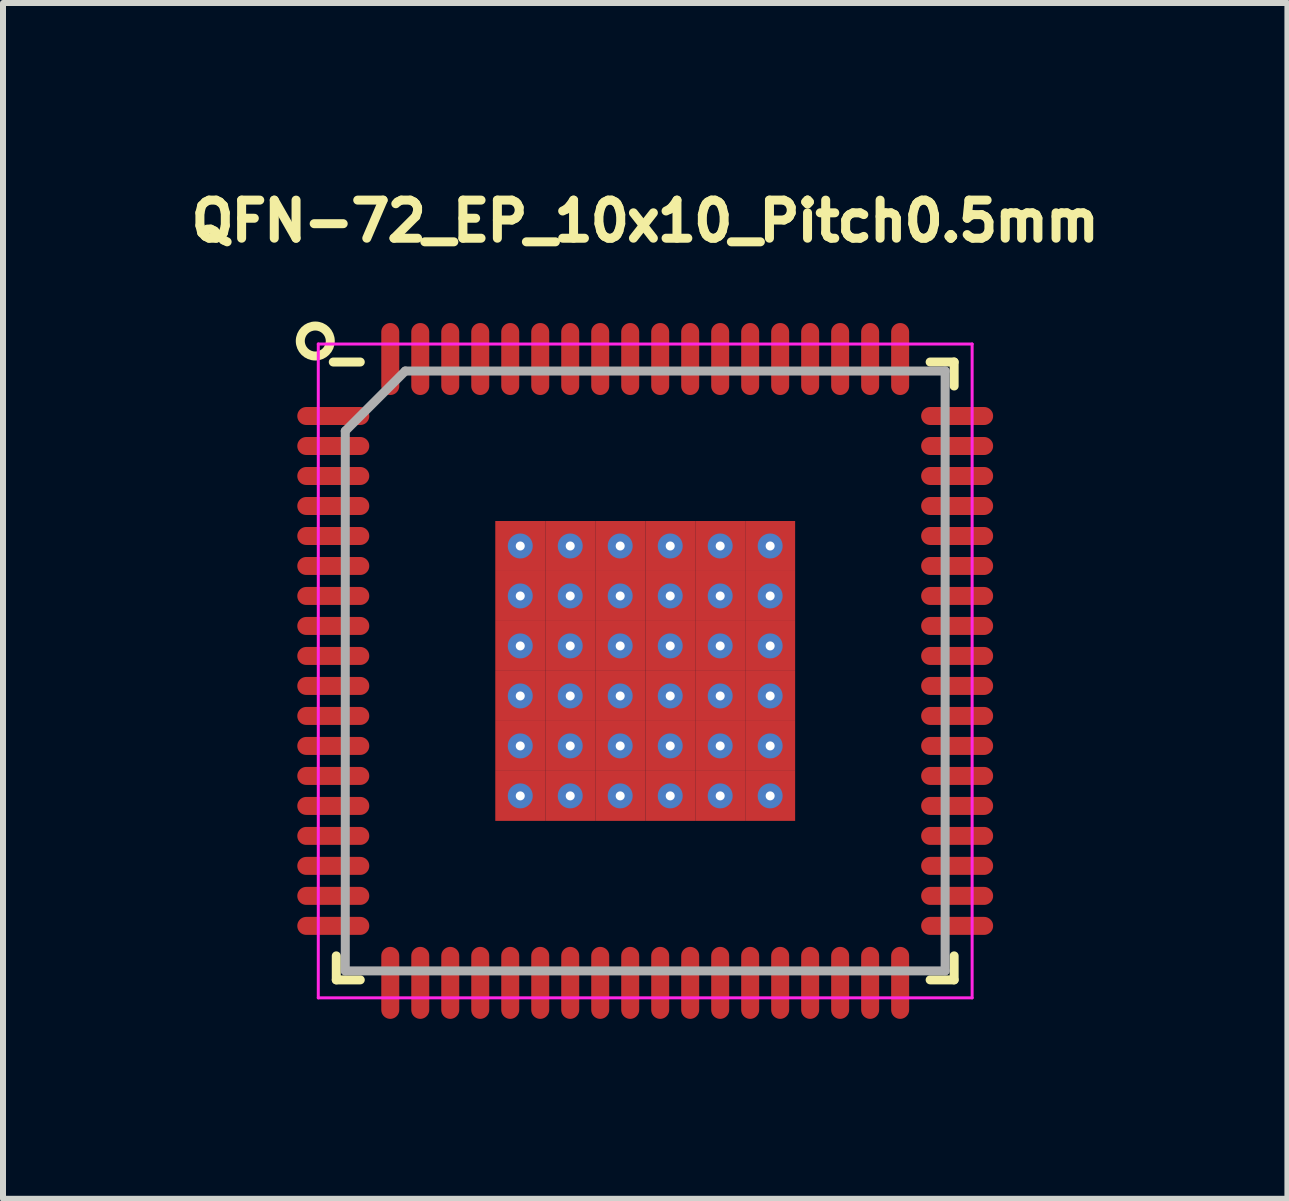
<source format=kicad_pcb>
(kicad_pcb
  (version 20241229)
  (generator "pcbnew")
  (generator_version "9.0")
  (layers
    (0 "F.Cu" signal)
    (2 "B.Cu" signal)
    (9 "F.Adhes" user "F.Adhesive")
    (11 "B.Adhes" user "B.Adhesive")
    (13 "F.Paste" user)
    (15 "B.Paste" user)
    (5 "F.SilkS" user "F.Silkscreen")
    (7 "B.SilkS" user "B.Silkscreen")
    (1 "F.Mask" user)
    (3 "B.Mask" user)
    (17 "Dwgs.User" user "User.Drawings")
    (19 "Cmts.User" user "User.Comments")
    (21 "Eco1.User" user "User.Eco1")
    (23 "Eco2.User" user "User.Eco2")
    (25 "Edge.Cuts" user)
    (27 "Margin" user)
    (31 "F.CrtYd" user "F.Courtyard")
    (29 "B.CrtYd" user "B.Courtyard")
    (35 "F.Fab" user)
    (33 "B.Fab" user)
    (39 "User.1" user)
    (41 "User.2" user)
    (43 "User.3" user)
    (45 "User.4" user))
  (footprint "QFN-72_EP_10x10_Pitch0.5mm"
    (layer "F.Cu")
    (at 7.706 8.135)
    (property "Reference" "QFN-72_EP_10x10_Pitch0.5mm" (at 0 -7.5 0) (layer "F.SilkS") (effects (font (size 0.635 0.635) (thickness 0.15))))
    (attr smd)
    (fp_line (start -5.15 5.15) (end -5.15 4.75) (stroke (width 0.15) (type solid)) (layer "F.SilkS"))
    (fp_line (start -4.75 -5.15) (end -5.2 -5.15) (stroke (width 0.15) (type solid)) (layer "F.SilkS"))
    (fp_line (start -4.75 5.15) (end -5.15 5.15) (stroke (width 0.15) (type solid)) (layer "F.SilkS"))
    (fp_line (start 4.75 -5.15) (end 5.15 -5.15) (stroke (width 0.15) (type solid)) (layer "F.SilkS"))
    (fp_line (start 4.75 5.15) (end 5.15 5.15) (stroke (width 0.15) (type solid)) (layer "F.SilkS"))
    (fp_line (start 5.15 -5.15) (end 5.15 -4.75) (stroke (width 0.15) (type solid)) (layer "F.SilkS"))
    (fp_line (start 5.15 5.15) (end 5.15 4.75) (stroke (width 0.15) (type solid)) (layer "F.SilkS"))
    (fp_circle (center -5.5 -5.5) (end -5.75 -5.5) (stroke (width 0.15) (type solid)) (fill no) (layer "F.SilkS"))
    (fp_line (start -5.45 -5.45) (end 5.45 -5.45) (stroke (width 0.05) (type solid)) (layer "F.CrtYd"))
    (fp_line (start -5.45 5.45) (end -5.45 -5.45) (stroke (width 0.05) (type solid)) (layer "F.CrtYd"))
    (fp_line (start 5.45 -5.45) (end 5.45 5.45) (stroke (width 0.05) (type solid)) (layer "F.CrtYd"))
    (fp_line (start 5.45 5.45) (end -5.45 5.45) (stroke (width 0.05) (type solid)) (layer "F.CrtYd"))
    (fp_line (start -5 -4) (end -5 5) (stroke (width 0.15) (type solid)) (layer "F.Fab"))
    (fp_line (start -5 5) (end 5 5) (stroke (width 0.15) (type solid)) (layer "F.Fab"))
    (fp_line (start -4 -5) (end -5 -4) (stroke (width 0.15) (type solid)) (layer "F.Fab"))
    (fp_line (start 5 -5) (end -4 -5) (stroke (width 0.15) (type solid)) (layer "F.Fab"))
    (fp_line (start 5 5) (end 5 -5) (stroke (width 0.15) (type solid)) (layer "F.Fab"))
    (pad "1" smd oval (at -5.2 -4.25 90) (size 0.3 1.2) (layers "F.Cu" "F.Mask" "F.Paste"))
    (pad "2" smd oval (at -5.2 -3.75 90) (size 0.3 1.2) (layers "F.Cu" "F.Mask" "F.Paste"))
    (pad "3" smd oval (at -5.2 -3.25 90) (size 0.3 1.2) (layers "F.Cu" "F.Mask" "F.Paste"))
    (pad "4" smd oval (at -5.2 -2.75 90) (size 0.3 1.2) (layers "F.Cu" "F.Mask" "F.Paste"))
    (pad "5" smd oval (at -5.2 -2.25 90) (size 0.3 1.2) (layers "F.Cu" "F.Mask" "F.Paste"))
    (pad "6" smd oval (at -5.2 -1.75 90) (size 0.3 1.2) (layers "F.Cu" "F.Mask" "F.Paste"))
    (pad "7" smd oval (at -5.2 -1.25 90) (size 0.3 1.2) (layers "F.Cu" "F.Mask" "F.Paste"))
    (pad "8" smd oval (at -5.2 -0.75 90) (size 0.3 1.2) (layers "F.Cu" "F.Mask" "F.Paste"))
    (pad "9" smd oval (at -5.2 -0.25 90) (size 0.3 1.2) (layers "F.Cu" "F.Mask" "F.Paste"))
    (pad "10" smd oval (at -5.2 0.25 90) (size 0.3 1.2) (layers "F.Cu" "F.Mask" "F.Paste"))
    (pad "11" smd oval (at -5.2 0.75 90) (size 0.3 1.2) (layers "F.Cu" "F.Mask" "F.Paste"))
    (pad "12" smd oval (at -5.2 1.25 90) (size 0.3 1.2) (layers "F.Cu" "F.Mask" "F.Paste"))
    (pad "13" smd oval (at -5.2 1.75 90) (size 0.3 1.2) (layers "F.Cu" "F.Mask" "F.Paste"))
    (pad "14" smd oval (at -5.2 2.25 90) (size 0.3 1.2) (layers "F.Cu" "F.Mask" "F.Paste"))
    (pad "15" smd oval (at -5.2 2.75 90) (size 0.3 1.2) (layers "F.Cu" "F.Mask" "F.Paste"))
    (pad "16" smd oval (at -5.2 3.25 90) (size 0.3 1.2) (layers "F.Cu" "F.Mask" "F.Paste"))
    (pad "17" smd oval (at -5.2 3.75 90) (size 0.3 1.2) (layers "F.Cu" "F.Mask" "F.Paste"))
    (pad "18" smd oval (at -5.2 4.25 90) (size 0.3 1.2) (layers "F.Cu" "F.Mask" "F.Paste"))
    (pad "19" smd oval (at -4.25 5.2) (size 0.3 1.2) (layers "F.Cu" "F.Mask" "F.Paste"))
    (pad "20" smd oval (at -3.75 5.2) (size 0.3 1.2) (layers "F.Cu" "F.Mask" "F.Paste"))
    (pad "21" smd oval (at -3.25 5.2) (size 0.3 1.2) (layers "F.Cu" "F.Mask" "F.Paste"))
    (pad "22" smd oval (at -2.75 5.2) (size 0.3 1.2) (layers "F.Cu" "F.Mask" "F.Paste"))
    (pad "23" smd oval (at -2.25 5.2) (size 0.3 1.2) (layers "F.Cu" "F.Mask" "F.Paste"))
    (pad "24" smd oval (at -1.75 5.2) (size 0.3 1.2) (layers "F.Cu" "F.Mask" "F.Paste"))
    (pad "25" smd oval (at -1.25 5.2) (size 0.3 1.2) (layers "F.Cu" "F.Mask" "F.Paste"))
    (pad "26" smd oval (at -0.75 5.2) (size 0.3 1.2) (layers "F.Cu" "F.Mask" "F.Paste"))
    (pad "27" smd oval (at -0.25 5.2) (size 0.3 1.2) (layers "F.Cu" "F.Mask" "F.Paste"))
    (pad "28" smd oval (at 0.25 5.2) (size 0.3 1.2) (layers "F.Cu" "F.Mask" "F.Paste"))
    (pad "29" smd oval (at 0.75 5.2) (size 0.3 1.2) (layers "F.Cu" "F.Mask" "F.Paste"))
    (pad "30" smd oval (at 1.25 5.2) (size 0.3 1.2) (layers "F.Cu" "F.Mask" "F.Paste"))
    (pad "31" smd oval (at 1.75 5.2) (size 0.3 1.2) (layers "F.Cu" "F.Mask" "F.Paste"))
    (pad "32" smd oval (at 2.25 5.2) (size 0.3 1.2) (layers "F.Cu" "F.Mask" "F.Paste"))
    (pad "33" smd oval (at 2.75 5.2) (size 0.3 1.2) (layers "F.Cu" "F.Mask" "F.Paste"))
    (pad "34" smd oval (at 3.25 5.2) (size 0.3 1.2) (layers "F.Cu" "F.Mask" "F.Paste"))
    (pad "35" smd oval (at 3.75 5.2) (size 0.3 1.2) (layers "F.Cu" "F.Mask" "F.Paste"))
    (pad "36" smd oval (at 4.25 5.2) (size 0.3 1.2) (layers "F.Cu" "F.Mask" "F.Paste"))
    (pad "37" smd oval (at 5.2 4.25 90) (size 0.3 1.2) (layers "F.Cu" "F.Mask" "F.Paste"))
    (pad "38" smd oval (at 5.2 3.75 90) (size 0.3 1.2) (layers "F.Cu" "F.Mask" "F.Paste"))
    (pad "39" smd oval (at 5.2 3.25 90) (size 0.3 1.2) (layers "F.Cu" "F.Mask" "F.Paste"))
    (pad "40" smd oval (at 5.2 2.75 90) (size 0.3 1.2) (layers "F.Cu" "F.Mask" "F.Paste"))
    (pad "41" smd oval (at 5.2 2.25 90) (size 0.3 1.2) (layers "F.Cu" "F.Mask" "F.Paste"))
    (pad "42" smd oval (at 5.2 1.75 90) (size 0.3 1.2) (layers "F.Cu" "F.Mask" "F.Paste"))
    (pad "43" smd oval (at 5.2 1.25 90) (size 0.3 1.2) (layers "F.Cu" "F.Mask" "F.Paste"))
    (pad "44" smd oval (at 5.2 0.75 90) (size 0.3 1.2) (layers "F.Cu" "F.Mask" "F.Paste"))
    (pad "45" smd oval (at 5.2 0.25 90) (size 0.3 1.2) (layers "F.Cu" "F.Mask" "F.Paste"))
    (pad "46" smd oval (at 5.2 -0.25 90) (size 0.3 1.2) (layers "F.Cu" "F.Mask" "F.Paste"))
    (pad "47" smd oval (at 5.2 -0.75 90) (size 0.3 1.2) (layers "F.Cu" "F.Mask" "F.Paste"))
    (pad "48" smd oval (at 5.2 -1.25 90) (size 0.3 1.2) (layers "F.Cu" "F.Mask" "F.Paste"))
    (pad "49" smd oval (at 5.2 -1.75 90) (size 0.3 1.2) (layers "F.Cu" "F.Mask" "F.Paste"))
    (pad "50" smd oval (at 5.2 -2.25 90) (size 0.3 1.2) (layers "F.Cu" "F.Mask" "F.Paste"))
    (pad "51" smd oval (at 5.2 -2.75 90) (size 0.3 1.2) (layers "F.Cu" "F.Mask" "F.Paste"))
    (pad "52" smd oval (at 5.2 -3.25 90) (size 0.3 1.2) (layers "F.Cu" "F.Mask" "F.Paste"))
    (pad "53" smd oval (at 5.2 -3.75 90) (size 0.3 1.2) (layers "F.Cu" "F.Mask" "F.Paste"))
    (pad "54" smd oval (at 5.2 -4.25 90) (size 0.3 1.2) (layers "F.Cu" "F.Mask" "F.Paste"))
    (pad "55" smd oval (at 4.25 -5.2) (size 0.3 1.2) (layers "F.Cu" "F.Mask" "F.Paste"))
    (pad "56" smd oval (at 3.75 -5.2) (size 0.3 1.2) (layers "F.Cu" "F.Mask" "F.Paste"))
    (pad "57" smd oval (at 3.25 -5.2) (size 0.3 1.2) (layers "F.Cu" "F.Mask" "F.Paste"))
    (pad "58" smd oval (at 2.75 -5.2) (size 0.3 1.2) (layers "F.Cu" "F.Mask" "F.Paste"))
    (pad "59" smd oval (at 2.25 -5.2) (size 0.3 1.2) (layers "F.Cu" "F.Mask" "F.Paste"))
    (pad "60" smd oval (at 1.75 -5.2) (size 0.3 1.2) (layers "F.Cu" "F.Mask" "F.Paste"))
    (pad "61" smd oval (at 1.25 -5.2) (size 0.3 1.2) (layers "F.Cu" "F.Mask" "F.Paste"))
    (pad "62" smd oval (at 0.75 -5.2) (size 0.3 1.2) (layers "F.Cu" "F.Mask" "F.Paste"))
    (pad "63" smd oval (at 0.25 -5.2) (size 0.3 1.2) (layers "F.Cu" "F.Mask" "F.Paste"))
    (pad "64" smd oval (at -0.25 -5.2) (size 0.3 1.2) (layers "F.Cu" "F.Mask" "F.Paste"))
    (pad "65" smd oval (at -0.75 -5.2) (size 0.3 1.2) (layers "F.Cu" "F.Mask" "F.Paste"))
    (pad "66" smd oval (at -1.25 -5.2) (size 0.3 1.2) (layers "F.Cu" "F.Mask" "F.Paste"))
    (pad "67" smd oval (at -1.75 -5.2) (size 0.3 1.2) (layers "F.Cu" "F.Mask" "F.Paste"))
    (pad "68" smd oval (at -2.25 -5.2) (size 0.3 1.2) (layers "F.Cu" "F.Mask" "F.Paste"))
    (pad "69" smd oval (at -2.75 -5.2) (size 0.3 1.2) (layers "F.Cu" "F.Mask" "F.Paste"))
    (pad "70" smd oval (at -3.25 -5.2) (size 0.3 1.2) (layers "F.Cu" "F.Mask" "F.Paste"))
    (pad "71" smd oval (at -3.75 -5.2) (size 0.3 1.2) (layers "F.Cu" "F.Mask" "F.Paste"))
    (pad "72" smd oval (at -4.25 -5.2) (size 0.3 1.2) (layers "F.Cu" "F.Mask" "F.Paste"))
    (pad "73" thru_hole circle (at -2.083 -2.083) (size 0.417 0.417) (drill 0.15) (layers "*.Cu" "*.Mask"))
    (pad "73" smd rect (at -2.083 -2.083) (size 0.833 0.833) (layers "F.Cu" "F.Mask" "F.Paste"))
    (pad "73" thru_hole circle (at -2.083 -1.25) (size 0.417 0.417) (drill 0.15) (layers "*.Cu" "*.Mask"))
    (pad "73" smd rect (at -2.083 -1.25) (size 0.833 0.833) (layers "F.Cu" "F.Mask" "F.Paste"))
    (pad "73" thru_hole circle (at -2.083 -0.417) (size 0.417 0.417) (drill 0.15) (layers "*.Cu" "*.Mask"))
    (pad "73" smd rect (at -2.083 -0.417) (size 0.833 0.833) (layers "F.Cu" "F.Mask" "F.Paste"))
    (pad "73" thru_hole circle (at -2.083 0.417) (size 0.417 0.417) (drill 0.15) (layers "*.Cu" "*.Mask"))
    (pad "73" smd rect (at -2.083 0.417) (size 0.833 0.833) (layers "F.Cu" "F.Mask" "F.Paste"))
    (pad "73" thru_hole circle (at -2.083 1.25) (size 0.417 0.417) (drill 0.15) (layers "*.Cu" "*.Mask"))
    (pad "73" smd rect (at -2.083 1.25) (size 0.833 0.833) (layers "F.Cu" "F.Mask" "F.Paste"))
    (pad "73" thru_hole circle (at -2.083 2.083) (size 0.417 0.417) (drill 0.15) (layers "*.Cu" "*.Mask"))
    (pad "73" smd rect (at -2.083 2.083) (size 0.833 0.833) (layers "F.Cu" "F.Mask" "F.Paste"))
    (pad "73" thru_hole circle (at -1.25 -2.083) (size 0.417 0.417) (drill 0.15) (layers "*.Cu" "*.Mask"))
    (pad "73" smd rect (at -1.25 -2.083) (size 0.833 0.833) (layers "F.Cu" "F.Mask" "F.Paste"))
    (pad "73" thru_hole circle (at -1.25 -1.25) (size 0.417 0.417) (drill 0.15) (layers "*.Cu" "*.Mask"))
    (pad "73" smd rect (at -1.25 -1.25) (size 0.833 0.833) (layers "F.Cu" "F.Mask" "F.Paste"))
    (pad "73" thru_hole circle (at -1.25 -0.417) (size 0.417 0.417) (drill 0.15) (layers "*.Cu" "*.Mask"))
    (pad "73" smd rect (at -1.25 -0.417) (size 0.833 0.833) (layers "F.Cu" "F.Mask" "F.Paste"))
    (pad "73" thru_hole circle (at -1.25 0.417) (size 0.417 0.417) (drill 0.15) (layers "*.Cu" "*.Mask"))
    (pad "73" smd rect (at -1.25 0.417) (size 0.833 0.833) (layers "F.Cu" "F.Mask" "F.Paste"))
    (pad "73" thru_hole circle (at -1.25 1.25) (size 0.417 0.417) (drill 0.15) (layers "*.Cu" "*.Mask"))
    (pad "73" smd rect (at -1.25 1.25) (size 0.833 0.833) (layers "F.Cu" "F.Mask" "F.Paste"))
    (pad "73" thru_hole circle (at -1.25 2.083) (size 0.417 0.417) (drill 0.15) (layers "*.Cu" "*.Mask"))
    (pad "73" smd rect (at -1.25 2.083) (size 0.833 0.833) (layers "F.Cu" "F.Mask" "F.Paste"))
    (pad "73" thru_hole circle (at -0.417 -2.083) (size 0.417 0.417) (drill 0.15) (layers "*.Cu" "*.Mask"))
    (pad "73" smd rect (at -0.417 -2.083) (size 0.833 0.833) (layers "F.Cu" "F.Mask" "F.Paste"))
    (pad "73" thru_hole circle (at -0.417 -1.25) (size 0.417 0.417) (drill 0.15) (layers "*.Cu" "*.Mask"))
    (pad "73" smd rect (at -0.417 -1.25) (size 0.833 0.833) (layers "F.Cu" "F.Mask" "F.Paste"))
    (pad "73" thru_hole circle (at -0.417 -0.417) (size 0.417 0.417) (drill 0.15) (layers "*.Cu" "*.Mask"))
    (pad "73" smd rect (at -0.417 -0.417) (size 0.833 0.833) (layers "F.Cu" "F.Mask" "F.Paste"))
    (pad "73" thru_hole circle (at -0.417 0.417) (size 0.417 0.417) (drill 0.15) (layers "*.Cu" "*.Mask"))
    (pad "73" smd rect (at -0.417 0.417) (size 0.833 0.833) (layers "F.Cu" "F.Mask" "F.Paste"))
    (pad "73" thru_hole circle (at -0.417 1.25) (size 0.417 0.417) (drill 0.15) (layers "*.Cu" "*.Mask"))
    (pad "73" smd rect (at -0.417 1.25) (size 0.833 0.833) (layers "F.Cu" "F.Mask" "F.Paste"))
    (pad "73" thru_hole circle (at -0.417 2.083) (size 0.417 0.417) (drill 0.15) (layers "*.Cu" "*.Mask"))
    (pad "73" smd rect (at -0.417 2.083) (size 0.833 0.833) (layers "F.Cu" "F.Mask" "F.Paste"))
    (pad "73" thru_hole circle (at 0.417 -2.083) (size 0.417 0.417) (drill 0.15) (layers "*.Cu" "*.Mask"))
    (pad "73" smd rect (at 0.417 -2.083) (size 0.833 0.833) (layers "F.Cu" "F.Mask" "F.Paste"))
    (pad "73" thru_hole circle (at 0.417 -1.25) (size 0.417 0.417) (drill 0.15) (layers "*.Cu" "*.Mask"))
    (pad "73" smd rect (at 0.417 -1.25) (size 0.833 0.833) (layers "F.Cu" "F.Mask" "F.Paste"))
    (pad "73" thru_hole circle (at 0.417 -0.417) (size 0.417 0.417) (drill 0.15) (layers "*.Cu" "*.Mask"))
    (pad "73" smd rect (at 0.417 -0.417) (size 0.833 0.833) (layers "F.Cu" "F.Mask" "F.Paste"))
    (pad "73" thru_hole circle (at 0.417 0.417) (size 0.417 0.417) (drill 0.15) (layers "*.Cu" "*.Mask"))
    (pad "73" smd rect (at 0.417 0.417) (size 0.833 0.833) (layers "F.Cu" "F.Mask" "F.Paste"))
    (pad "73" thru_hole circle (at 0.417 1.25) (size 0.417 0.417) (drill 0.15) (layers "*.Cu" "*.Mask"))
    (pad "73" smd rect (at 0.417 1.25) (size 0.833 0.833) (layers "F.Cu" "F.Mask" "F.Paste"))
    (pad "73" thru_hole circle (at 0.417 2.083) (size 0.417 0.417) (drill 0.15) (layers "*.Cu" "*.Mask"))
    (pad "73" smd rect (at 0.417 2.083) (size 0.833 0.833) (layers "F.Cu" "F.Mask" "F.Paste"))
    (pad "73" thru_hole circle (at 1.25 -2.083) (size 0.417 0.417) (drill 0.15) (layers "*.Cu" "*.Mask"))
    (pad "73" smd rect (at 1.25 -2.083) (size 0.833 0.833) (layers "F.Cu" "F.Mask" "F.Paste"))
    (pad "73" thru_hole circle (at 1.25 -1.25) (size 0.417 0.417) (drill 0.15) (layers "*.Cu" "*.Mask"))
    (pad "73" smd rect (at 1.25 -1.25) (size 0.833 0.833) (layers "F.Cu" "F.Mask" "F.Paste"))
    (pad "73" thru_hole circle (at 1.25 -0.417) (size 0.417 0.417) (drill 0.15) (layers "*.Cu" "*.Mask"))
    (pad "73" smd rect (at 1.25 -0.417) (size 0.833 0.833) (layers "F.Cu" "F.Mask" "F.Paste"))
    (pad "73" thru_hole circle (at 1.25 0.417) (size 0.417 0.417) (drill 0.15) (layers "*.Cu" "*.Mask"))
    (pad "73" smd rect (at 1.25 0.417) (size 0.833 0.833) (layers "F.Cu" "F.Mask" "F.Paste"))
    (pad "73" thru_hole circle (at 1.25 1.25) (size 0.417 0.417) (drill 0.15) (layers "*.Cu" "*.Mask"))
    (pad "73" smd rect (at 1.25 1.25) (size 0.833 0.833) (layers "F.Cu" "F.Mask" "F.Paste"))
    (pad "73" thru_hole circle (at 1.25 2.083) (size 0.417 0.417) (drill 0.15) (layers "*.Cu" "*.Mask"))
    (pad "73" smd rect (at 1.25 2.083) (size 0.833 0.833) (layers "F.Cu" "F.Mask" "F.Paste"))
    (pad "73" thru_hole circle (at 2.083 -2.083) (size 0.417 0.417) (drill 0.15) (layers "*.Cu" "*.Mask"))
    (pad "73" smd rect (at 2.083 -2.083) (size 0.833 0.833) (layers "F.Cu" "F.Mask" "F.Paste"))
    (pad "73" thru_hole circle (at 2.083 -1.25) (size 0.417 0.417) (drill 0.15) (layers "*.Cu" "*.Mask"))
    (pad "73" smd rect (at 2.083 -1.25) (size 0.833 0.833) (layers "F.Cu" "F.Mask" "F.Paste"))
    (pad "73" thru_hole circle (at 2.083 -0.417) (size 0.417 0.417) (drill 0.15) (layers "*.Cu" "*.Mask"))
    (pad "73" smd rect (at 2.083 -0.417) (size 0.833 0.833) (layers "F.Cu" "F.Mask" "F.Paste"))
    (pad "73" thru_hole circle (at 2.083 0.417) (size 0.417 0.417) (drill 0.15) (layers "*.Cu" "*.Mask"))
    (pad "73" smd rect (at 2.083 0.417) (size 0.833 0.833) (layers "F.Cu" "F.Mask" "F.Paste"))
    (pad "73" thru_hole circle (at 2.083 1.25) (size 0.417 0.417) (drill 0.15) (layers "*.Cu" "*.Mask"))
    (pad "73" smd rect (at 2.083 1.25) (size 0.833 0.833) (layers "F.Cu" "F.Mask" "F.Paste"))
    (pad "73" thru_hole circle (at 2.083 2.083) (size 0.417 0.417) (drill 0.15) (layers "*.Cu" "*.Mask"))
    (pad "73" smd rect (at 2.083 2.083) (size 0.833 0.833) (layers "F.Cu" "F.Mask" "F.Paste")))
  (gr_rect
    (start -3 -3)
    (end 18.412 16.935)
    (stroke (width 0.1) (type default))
    (fill no)
    (layer "Edge.Cuts")))
</source>
